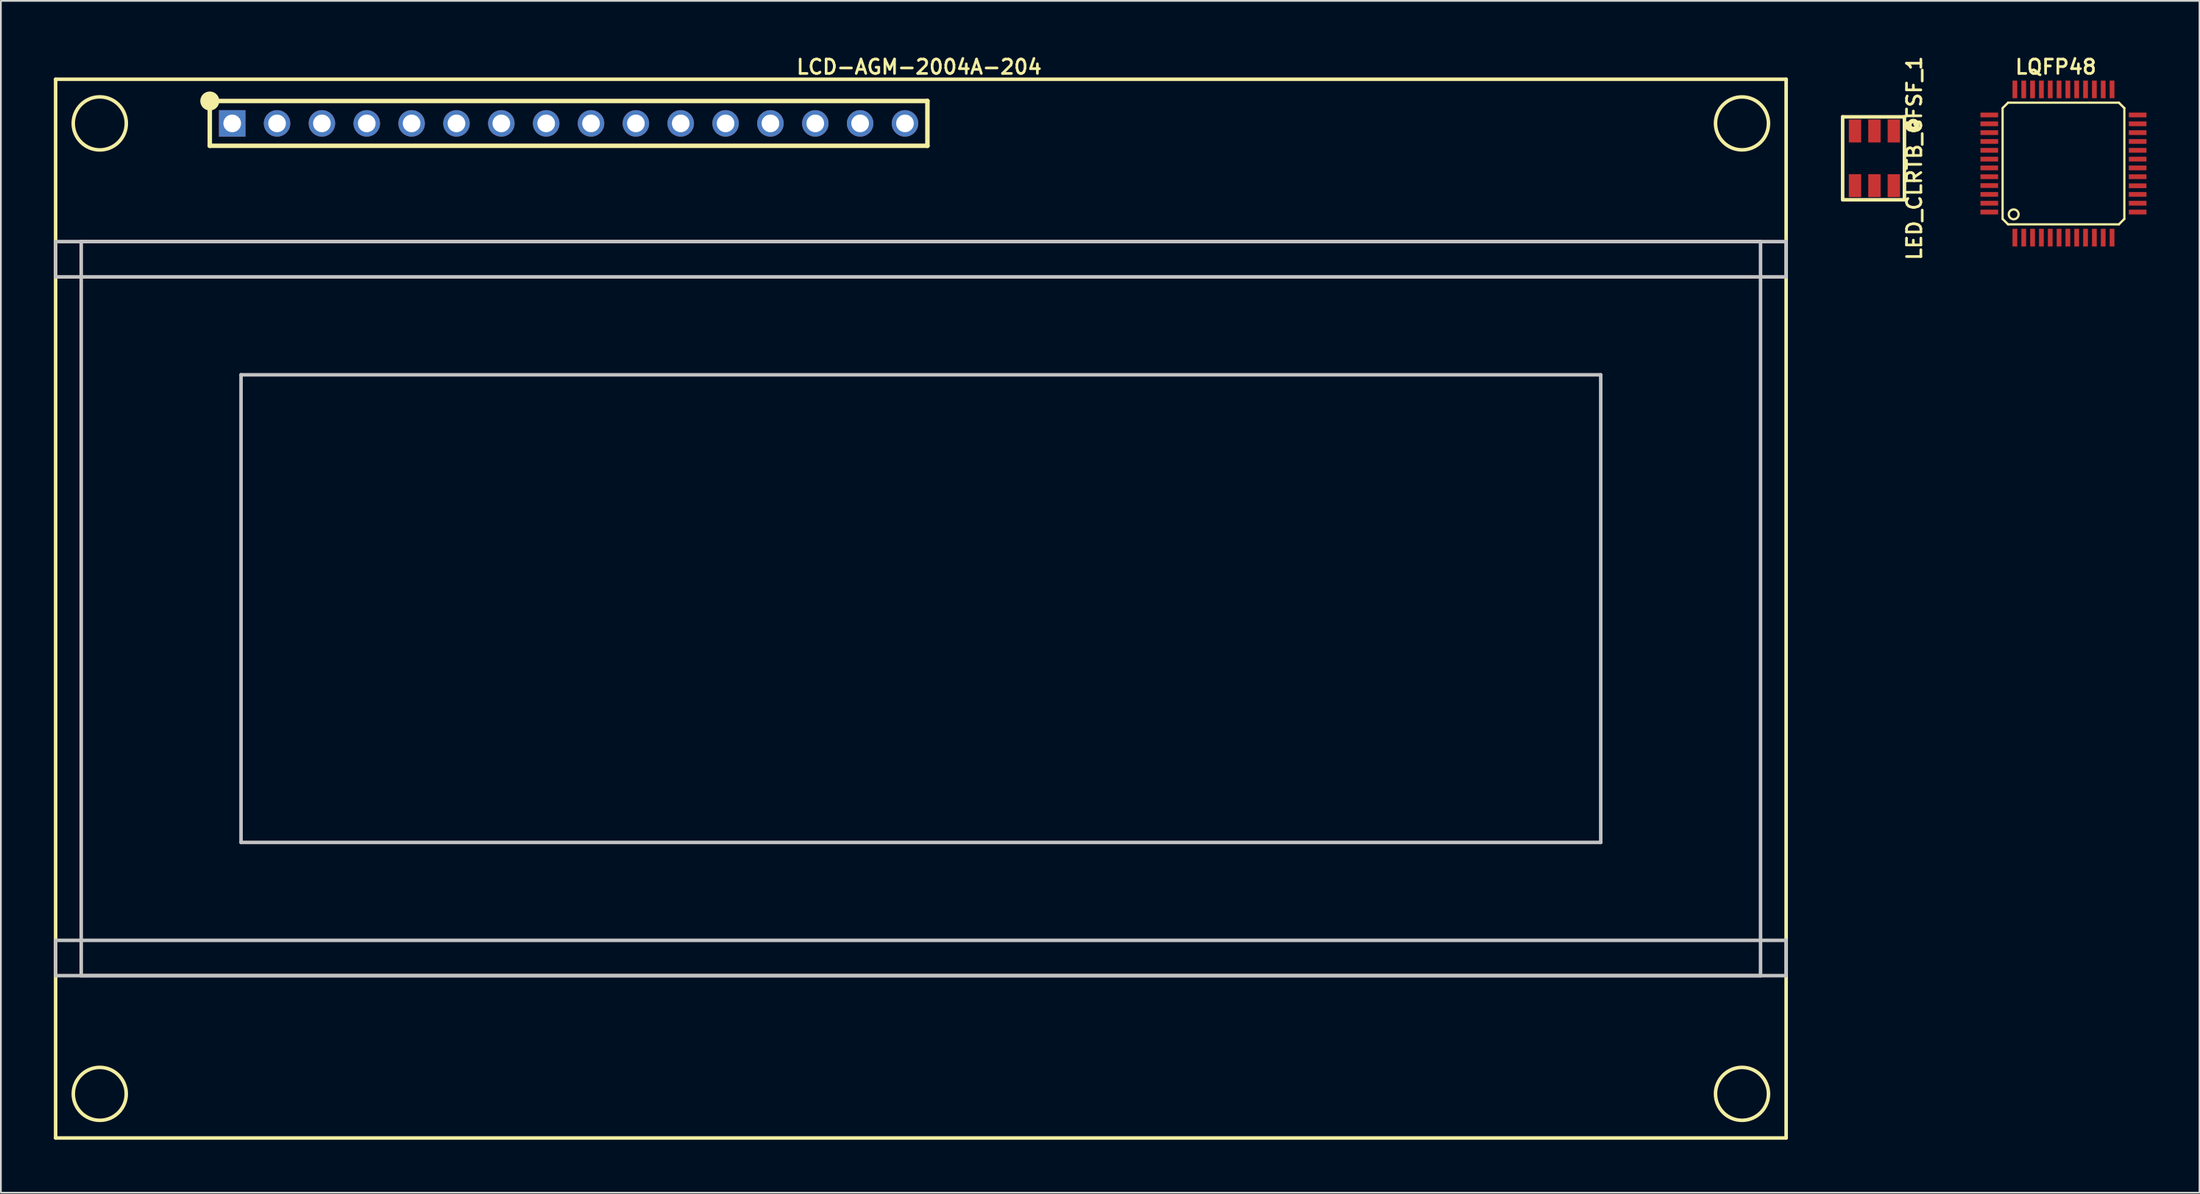
<source format=kicad_pcb>
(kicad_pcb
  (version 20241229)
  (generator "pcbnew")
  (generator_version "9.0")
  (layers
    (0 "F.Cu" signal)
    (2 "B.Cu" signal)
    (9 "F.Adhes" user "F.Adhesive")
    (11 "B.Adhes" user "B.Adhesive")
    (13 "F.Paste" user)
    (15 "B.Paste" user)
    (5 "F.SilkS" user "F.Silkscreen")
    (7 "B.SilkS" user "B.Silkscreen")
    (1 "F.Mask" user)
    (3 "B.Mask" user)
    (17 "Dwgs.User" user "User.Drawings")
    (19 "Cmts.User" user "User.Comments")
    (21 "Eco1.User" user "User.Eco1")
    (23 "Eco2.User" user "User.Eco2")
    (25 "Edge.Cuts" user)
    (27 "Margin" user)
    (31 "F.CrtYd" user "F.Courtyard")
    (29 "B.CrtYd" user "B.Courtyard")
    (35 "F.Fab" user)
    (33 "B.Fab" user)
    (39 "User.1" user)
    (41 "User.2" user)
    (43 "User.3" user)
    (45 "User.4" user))
  (footprint "LQFP48"
    (layer "F.Cu")
    (at 113.805 6.217)
    (property "Reference" "LQFP48" (at -0.432 -5.474 0) (layer "F.SilkS") (effects (font (size 0.813 0.813) (thickness 0.152))))
    (attr smd)
    (fp_line (start -3.447 -3.139) (end -3.447 3.139) (stroke (width 0.127) (type solid)) (layer "F.SilkS"))
    (fp_line (start -3.447 3.139) (end -3.139 3.447) (stroke (width 0.127) (type solid)) (layer "F.SilkS"))
    (fp_line (start -3.139 -3.447) (end -3.447 -3.139) (stroke (width 0.127) (type solid)) (layer "F.SilkS"))
    (fp_line (start -3.139 3.447) (end 3.139 3.447) (stroke (width 0.127) (type solid)) (layer "F.SilkS"))
    (fp_line (start 3.139 -3.447) (end -3.139 -3.447) (stroke (width 0.127) (type solid)) (layer "F.SilkS"))
    (fp_line (start 3.139 3.447) (end 3.447 3.139) (stroke (width 0.127) (type solid)) (layer "F.SilkS"))
    (fp_line (start 3.447 -3.139) (end 3.139 -3.447) (stroke (width 0.127) (type solid)) (layer "F.SilkS"))
    (fp_line (start 3.447 3.139) (end 3.447 -3.139) (stroke (width 0.127) (type solid)) (layer "F.SilkS"))
    (fp_circle (center -2.819 2.88) (end -2.591 2.72) (stroke (width 0.127) (type solid)) (fill no) (layer "F.SilkS"))
    (pad "1" smd rect (at -2.751 4.201 180) (size 0.269 1.001) (layers "F.Cu" "F.Mask" "F.Paste"))
    (pad "2" smd rect (at -2.25 4.201 180) (size 0.269 1.001) (layers "F.Cu" "F.Mask" "F.Paste"))
    (pad "3" smd rect (at -1.75 4.201 180) (size 0.269 1.001) (layers "F.Cu" "F.Mask" "F.Paste"))
    (pad "4" smd rect (at -1.25 4.201 180) (size 0.269 1.001) (layers "F.Cu" "F.Mask" "F.Paste"))
    (pad "5" smd rect (at -0.749 4.201 180) (size 0.269 1.001) (layers "F.Cu" "F.Mask" "F.Paste"))
    (pad "6" smd rect (at -0.249 4.201 180) (size 0.269 1.001) (layers "F.Cu" "F.Mask" "F.Paste"))
    (pad "7" smd rect (at 0.249 4.201 180) (size 0.269 1.001) (layers "F.Cu" "F.Mask" "F.Paste"))
    (pad "8" smd rect (at 0.749 4.201 180) (size 0.269 1.001) (layers "F.Cu" "F.Mask" "F.Paste"))
    (pad "9" smd rect (at 1.25 4.201 180) (size 0.269 1.001) (layers "F.Cu" "F.Mask" "F.Paste"))
    (pad "10" smd rect (at 1.75 4.201 180) (size 0.269 1.001) (layers "F.Cu" "F.Mask" "F.Paste"))
    (pad "11" smd rect (at 2.25 4.201 180) (size 0.269 1.001) (layers "F.Cu" "F.Mask" "F.Paste"))
    (pad "12" smd rect (at 2.751 4.201 180) (size 0.269 1.001) (layers "F.Cu" "F.Mask" "F.Paste"))
    (pad "13" smd rect (at 4.201 2.751 270) (size 0.269 1.001) (layers "F.Cu" "F.Mask" "F.Paste"))
    (pad "14" smd rect (at 4.201 2.25 270) (size 0.269 1.001) (layers "F.Cu" "F.Mask" "F.Paste"))
    (pad "15" smd rect (at 4.201 1.75 270) (size 0.269 1.001) (layers "F.Cu" "F.Mask" "F.Paste"))
    (pad "16" smd rect (at 4.201 1.262 270) (size 0.269 1.001) (layers "F.Cu" "F.Mask" "F.Paste"))
    (pad "17" smd rect (at 4.201 0.749 270) (size 0.269 1.001) (layers "F.Cu" "F.Mask" "F.Paste"))
    (pad "18" smd rect (at 4.201 0.249 270) (size 0.269 1.001) (layers "F.Cu" "F.Mask" "F.Paste"))
    (pad "19" smd rect (at 4.201 -0.249 270) (size 0.269 1.001) (layers "F.Cu" "F.Mask" "F.Paste"))
    (pad "20" smd rect (at 4.201 -0.749 270) (size 0.269 1.001) (layers "F.Cu" "F.Mask" "F.Paste"))
    (pad "21" smd rect (at 4.201 -1.25 270) (size 0.269 1.001) (layers "F.Cu" "F.Mask" "F.Paste"))
    (pad "22" smd rect (at 4.201 -1.75 270) (size 0.269 1.001) (layers "F.Cu" "F.Mask" "F.Paste"))
    (pad "23" smd rect (at 4.201 -2.25 270) (size 0.269 1.001) (layers "F.Cu" "F.Mask" "F.Paste"))
    (pad "24" smd rect (at 4.201 -2.751 270) (size 0.269 1.001) (layers "F.Cu" "F.Mask" "F.Paste"))
    (pad "25" smd rect (at 2.751 -4.201 270) (size 1.001 0.269) (layers "F.Cu" "F.Mask" "F.Paste"))
    (pad "26" smd rect (at 2.25 -4.201 270) (size 1.001 0.269) (layers "F.Cu" "F.Mask" "F.Paste"))
    (pad "27" smd rect (at 1.75 -4.201 270) (size 1.001 0.269) (layers "F.Cu" "F.Mask" "F.Paste"))
    (pad "28" smd rect (at 1.25 -4.201 270) (size 1.001 0.269) (layers "F.Cu" "F.Mask" "F.Paste"))
    (pad "29" smd rect (at 0.749 -4.201 270) (size 1.001 0.269) (layers "F.Cu" "F.Mask" "F.Paste"))
    (pad "30" smd rect (at 0.249 -4.201 270) (size 1.001 0.269) (layers "F.Cu" "F.Mask" "F.Paste"))
    (pad "31" smd rect (at -0.249 -4.201 270) (size 1.001 0.269) (layers "F.Cu" "F.Mask" "F.Paste"))
    (pad "32" smd rect (at -0.749 -4.201 270) (size 1.001 0.269) (layers "F.Cu" "F.Mask" "F.Paste"))
    (pad "33" smd rect (at -1.25 -4.201 270) (size 1.001 0.269) (layers "F.Cu" "F.Mask" "F.Paste"))
    (pad "34" smd rect (at -1.75 -4.201 270) (size 1.001 0.269) (layers "F.Cu" "F.Mask" "F.Paste"))
    (pad "35" smd rect (at -2.25 -4.201 270) (size 1.001 0.269) (layers "F.Cu" "F.Mask" "F.Paste"))
    (pad "36" smd rect (at -2.751 -4.201 270) (size 1.001 0.269) (layers "F.Cu" "F.Mask" "F.Paste"))
    (pad "37" smd rect (at -4.201 -2.751) (size 1.001 0.269) (layers "F.Cu" "F.Mask" "F.Paste"))
    (pad "38" smd rect (at -4.201 -2.25) (size 1.001 0.269) (layers "F.Cu" "F.Mask" "F.Paste"))
    (pad "39" smd rect (at -4.201 -1.75) (size 1.001 0.269) (layers "F.Cu" "F.Mask" "F.Paste"))
    (pad "40" smd rect (at -4.201 -1.25) (size 1.001 0.269) (layers "F.Cu" "F.Mask" "F.Paste"))
    (pad "41" smd rect (at -4.201 -0.749) (size 1.001 0.269) (layers "F.Cu" "F.Mask" "F.Paste"))
    (pad "42" smd rect (at -4.201 -0.249) (size 1.001 0.269) (layers "F.Cu" "F.Mask" "F.Paste"))
    (pad "43" smd rect (at -4.201 0.249) (size 1.001 0.269) (layers "F.Cu" "F.Mask" "F.Paste"))
    (pad "44" smd rect (at -4.201 0.749) (size 1.001 0.269) (layers "F.Cu" "F.Mask" "F.Paste"))
    (pad "45" smd rect (at -4.201 1.25) (size 1.001 0.269) (layers "F.Cu" "F.Mask" "F.Paste"))
    (pad "46" smd rect (at -4.201 1.75) (size 1.001 0.269) (layers "F.Cu" "F.Mask" "F.Paste"))
    (pad "47" smd rect (at -4.201 2.25) (size 1.001 0.269) (layers "F.Cu" "F.Mask" "F.Paste"))
    (pad "48" smd rect (at -4.201 2.751) (size 1.001 0.269) (layers "F.Cu" "F.Mask" "F.Paste")))
  (footprint "LCD-AGM-2004A-204"
    (layer "F.Cu")
    (at 49.1 31.443)
    (property "Reference" "LCD-AGM-2004A-204" (at -0.1 -30.7 0) (layer "F.SilkS") (effects (font (size 0.813 0.813) (thickness 0.152))))
    (attr smd)
    (fp_line (start -49 -30) (end 49 -30) (stroke (width 0.2) (type solid)) (layer "F.SilkS"))
    (fp_line (start -49 30) (end -49 -30) (stroke (width 0.2) (type solid)) (layer "F.SilkS"))
    (fp_line (start -40.27 -28.77) (end 0.37 -28.77) (stroke (width 0.254) (type solid)) (layer "F.SilkS"))
    (fp_line (start -40.27 -26.23) (end -40.27 -28.77) (stroke (width 0.254) (type solid)) (layer "F.SilkS"))
    (fp_line (start 0.37 -28.77) (end 0.37 -26.23) (stroke (width 0.254) (type solid)) (layer "F.SilkS"))
    (fp_line (start 0.37 -26.23) (end -40.27 -26.23) (stroke (width 0.254) (type solid)) (layer "F.SilkS"))
    (fp_line (start 49 -30) (end 49 30) (stroke (width 0.2) (type solid)) (layer "F.SilkS"))
    (fp_line (start 49 30) (end -49 30) (stroke (width 0.2) (type solid)) (layer "F.SilkS"))
    (fp_circle (center -46.5 -27.5) (end -45 -27.6) (stroke (width 0.2) (type solid)) (fill no) (layer "F.SilkS"))
    (fp_circle (center -46.5 27.5) (end -45 27.5) (stroke (width 0.2) (type solid)) (fill no) (layer "F.SilkS"))
    (fp_circle (center -40.27 -28.77) (end -40.016 -28.897) (stroke (width 0.508) (type solid)) (fill no) (layer "F.SilkS"))
    (fp_circle (center 46.5 -27.5) (end 45 -27.5) (stroke (width 0.2) (type solid)) (fill no) (layer "F.SilkS"))
    (fp_circle (center 46.5 27.5) (end 48 27.5) (stroke (width 0.2) (type solid)) (fill no) (layer "F.SilkS"))
    (fp_line (start -49 -20.8) (end 49 -20.8) (stroke (width 0.2) (type solid)) (layer "Dwgs.User"))
    (fp_line (start -49 -18.8) (end -49 -20.8) (stroke (width 0.2) (type solid)) (layer "Dwgs.User"))
    (fp_line (start -49 18.8) (end -49 20.8) (stroke (width 0.2) (type solid)) (layer "Dwgs.User"))
    (fp_line (start -49 18.8) (end 49 18.8) (stroke (width 0.2) (type solid)) (layer "Dwgs.User"))
    (fp_line (start -47.55 -20.8) (end -47.55 20.8) (stroke (width 0.2) (type solid)) (layer "Dwgs.User"))
    (fp_line (start -47.55 20.8) (end 47.55 20.8) (stroke (width 0.2) (type solid)) (layer "Dwgs.User"))
    (fp_line (start -38.5 -13.25) (end 38.5 -13.25) (stroke (width 0.2) (type solid)) (layer "Dwgs.User"))
    (fp_line (start -38.5 13.25) (end -38.5 -13.25) (stroke (width 0.2) (type solid)) (layer "Dwgs.User"))
    (fp_line (start 38.5 -13.25) (end 38.5 13.25) (stroke (width 0.2) (type solid)) (layer "Dwgs.User"))
    (fp_line (start 38.5 13.25) (end -38.5 13.25) (stroke (width 0.2) (type solid)) (layer "Dwgs.User"))
    (fp_line (start 47.55 -20.8) (end -47.55 -20.8) (stroke (width 0.2) (type solid)) (layer "Dwgs.User"))
    (fp_line (start 47.55 20.8) (end 47.55 -20.8) (stroke (width 0.2) (type solid)) (layer "Dwgs.User"))
    (fp_line (start 49 -20.8) (end 49 -18.8) (stroke (width 0.2) (type solid)) (layer "Dwgs.User"))
    (fp_line (start 49 -18.8) (end -49 -18.8) (stroke (width 0.2) (type solid)) (layer "Dwgs.User"))
    (fp_line (start 49 18.8) (end 49 20.8) (stroke (width 0.2) (type solid)) (layer "Dwgs.User"))
    (fp_line (start 49 20.8) (end -49 20.8) (stroke (width 0.2) (type solid)) (layer "Dwgs.User"))
    (pad "1" thru_hole rect (at -39 -27.5) (size 1.5 1.5) (drill 1) (layers "*.Cu" "*.Mask"))
    (pad "2" thru_hole circle (at -36.46 -27.5) (size 1.5 1.5) (drill 1) (layers "*.Cu" "*.Mask"))
    (pad "3" thru_hole circle (at -33.92 -27.5) (size 1.5 1.5) (drill 1) (layers "*.Cu" "*.Mask"))
    (pad "4" thru_hole circle (at -31.38 -27.5) (size 1.5 1.5) (drill 1) (layers "*.Cu" "*.Mask"))
    (pad "5" thru_hole circle (at -28.84 -27.5) (size 1.5 1.5) (drill 1) (layers "*.Cu" "*.Mask"))
    (pad "6" thru_hole circle (at -26.3 -27.5) (size 1.5 1.5) (drill 1) (layers "*.Cu" "*.Mask"))
    (pad "7" thru_hole circle (at -23.76 -27.5) (size 1.5 1.5) (drill 1) (layers "*.Cu" "*.Mask"))
    (pad "8" thru_hole circle (at -21.22 -27.5) (size 1.5 1.5) (drill 1) (layers "*.Cu" "*.Mask"))
    (pad "9" thru_hole circle (at -18.68 -27.5) (size 1.5 1.5) (drill 1) (layers "*.Cu" "*.Mask"))
    (pad "10" thru_hole circle (at -16.14 -27.5) (size 1.5 1.5) (drill 1) (layers "*.Cu" "*.Mask"))
    (pad "11" thru_hole circle (at -13.6 -27.5) (size 1.5 1.5) (drill 1) (layers "*.Cu" "*.Mask"))
    (pad "12" thru_hole circle (at -11.06 -27.5) (size 1.5 1.5) (drill 1) (layers "*.Cu" "*.Mask"))
    (pad "13" thru_hole circle (at -8.52 -27.5) (size 1.5 1.5) (drill 1) (layers "*.Cu" "*.Mask"))
    (pad "14" thru_hole circle (at -5.98 -27.5) (size 1.5 1.5) (drill 1) (layers "*.Cu" "*.Mask"))
    (pad "15" thru_hole circle (at -3.44 -27.5) (size 1.5 1.5) (drill 1) (layers "*.Cu" "*.Mask"))
    (pad "16" thru_hole circle (at -0.9 -27.5) (size 1.5 1.5) (drill 1) (layers "*.Cu" "*.Mask")))
  (footprint "LED_CLRTB_GFSF_1"
    (layer "F.Cu")
    (at 103.1 5.922)
    (property "Reference" "LED_CLRTB_GFSF_1" (at 2.261 -0.008 270) (layer "F.SilkS") (effects (font (size 0.813 0.813) (thickness 0.152))))
    (attr smd)
    (fp_line (start -1.8 -2.35) (end -1.8 2.35) (stroke (width 0.2) (type solid)) (layer "F.SilkS"))
    (fp_line (start -1.8 -2.35) (end 1.7 -2.35) (stroke (width 0.2) (type solid)) (layer "F.SilkS"))
    (fp_line (start -1.8 2.35) (end 1.7 2.35) (stroke (width 0.2) (type solid)) (layer "F.SilkS"))
    (fp_line (start 1.7 2.35) (end 1.7 -2.35) (stroke (width 0.2) (type solid)) (layer "F.SilkS"))
    (fp_arc (start 2.42361 -1.89) (mid 1.97639 -1.89) (end 2.42361 -1.89) (stroke (width 0.254) (type solid)) (layer "F.SilkS"))
    (pad "1" smd rect (at 1.1 -1.55) (size 0.7 1.3) (layers "F.Cu" "F.Mask" "F.Paste"))
    (pad "2" smd rect (at 0 -1.55) (size 0.7 1.3) (layers "F.Cu" "F.Mask" "F.Paste"))
    (pad "3" smd rect (at -1.1 -1.55) (size 0.7 1.3) (layers "F.Cu" "F.Mask" "F.Paste"))
    (pad "4" smd rect (at -1.1 1.55) (size 0.7 1.3) (layers "F.Cu" "F.Mask" "F.Paste"))
    (pad "5" smd rect (at 0 1.55) (size 0.7 1.3) (layers "F.Cu" "F.Mask" "F.Paste"))
    (pad "6" smd rect (at 1.1 1.55) (size 0.7 1.3) (layers "F.Cu" "F.Mask" "F.Paste")))
  (gr_rect
    (start -3 -3)
    (end 121.507 64.543)
    (stroke (width 0.1) (type default))
    (fill no)
    (layer "Edge.Cuts")))
</source>
